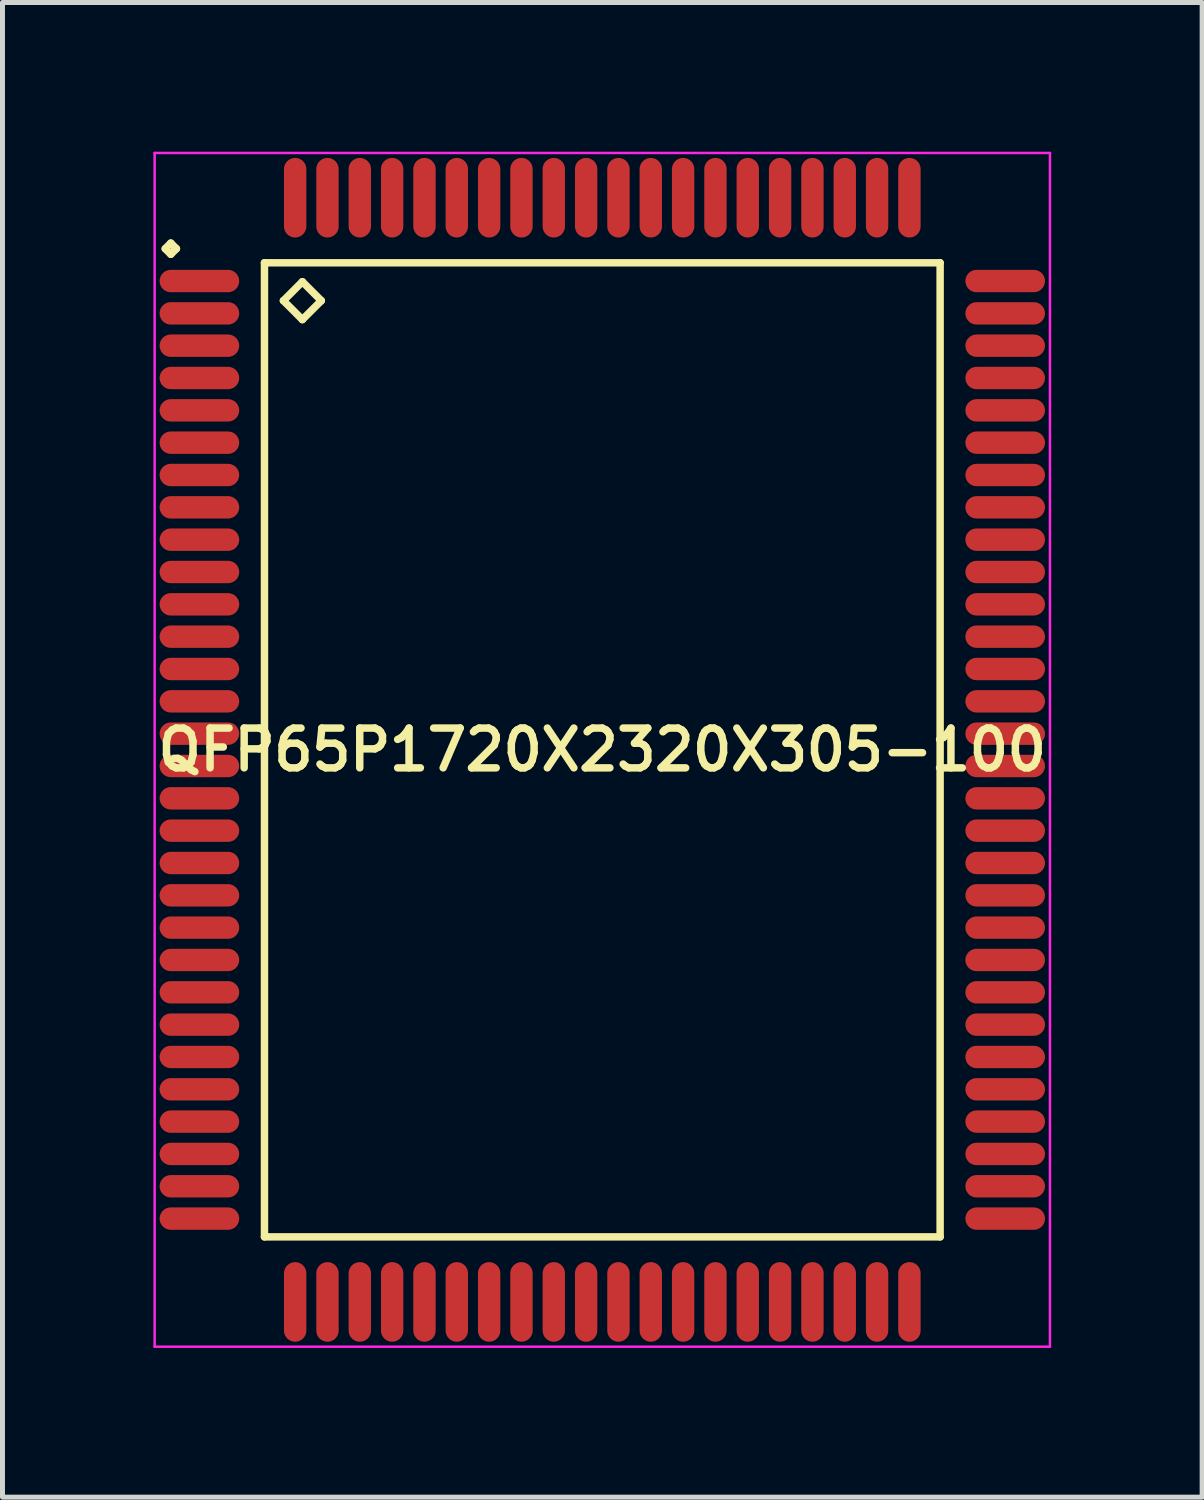
<source format=kicad_pcb>
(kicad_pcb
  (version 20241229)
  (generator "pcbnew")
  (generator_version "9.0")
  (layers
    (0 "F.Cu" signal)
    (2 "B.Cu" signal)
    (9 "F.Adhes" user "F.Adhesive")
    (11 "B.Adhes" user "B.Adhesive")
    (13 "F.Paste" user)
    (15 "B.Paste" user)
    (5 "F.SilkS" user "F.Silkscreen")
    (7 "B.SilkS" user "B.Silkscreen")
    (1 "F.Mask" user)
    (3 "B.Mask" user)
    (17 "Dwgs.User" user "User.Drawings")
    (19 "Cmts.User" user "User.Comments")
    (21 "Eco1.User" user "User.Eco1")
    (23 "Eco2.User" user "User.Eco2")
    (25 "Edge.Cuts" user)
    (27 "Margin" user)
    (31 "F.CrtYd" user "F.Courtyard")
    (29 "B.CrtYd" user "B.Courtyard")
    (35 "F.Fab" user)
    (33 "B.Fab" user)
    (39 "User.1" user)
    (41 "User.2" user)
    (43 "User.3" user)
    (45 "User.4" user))
  (footprint "QFP65P1720X2320X305-100"
    (layer "F.Cu")
    (at 9.059 12.025)
    (property "Reference" "QFP65P1720X2320X305-100" (at 0 0 0) (layer "F.SilkS") (effects (font (size 0.8 0.8) (thickness 0.15))))
    (attr smd)
    (fp_line (start -8.787 -10.075) (end -8.675 -10.188) (stroke (width 0.15) (type solid)) (layer "F.SilkS"))
    (fp_line (start -8.675 -10.188) (end -8.562 -10.075) (stroke (width 0.15) (type solid)) (layer "F.SilkS"))
    (fp_line (start -8.675 -9.963) (end -8.787 -10.075) (stroke (width 0.15) (type solid)) (layer "F.SilkS"))
    (fp_line (start -8.562 -10.075) (end -8.675 -9.963) (stroke (width 0.15) (type solid)) (layer "F.SilkS"))
    (fp_line (start -6.792 -9.792) (end -6.792 9.792) (stroke (width 0.15) (type solid)) (layer "F.SilkS"))
    (fp_line (start -6.792 9.792) (end 6.792 9.792) (stroke (width 0.15) (type solid)) (layer "F.SilkS"))
    (fp_line (start -6.411 -9.03) (end -6.03 -9.411) (stroke (width 0.15) (type solid)) (layer "F.SilkS"))
    (fp_line (start -6.03 -9.411) (end -5.649 -9.03) (stroke (width 0.15) (type solid)) (layer "F.SilkS"))
    (fp_line (start -6.03 -8.649) (end -6.411 -9.03) (stroke (width 0.15) (type solid)) (layer "F.SilkS"))
    (fp_line (start -5.649 -9.03) (end -6.03 -8.649) (stroke (width 0.15) (type solid)) (layer "F.SilkS"))
    (fp_line (start 6.792 -9.792) (end -6.792 -9.792) (stroke (width 0.15) (type solid)) (layer "F.SilkS"))
    (fp_line (start 6.792 9.792) (end 6.792 -9.792) (stroke (width 0.15) (type solid)) (layer "F.SilkS"))
    (fp_line (start -9 -12) (end 9 -12) (stroke (width 0.05) (type solid)) (layer "F.CrtYd"))
    (fp_line (start -9 12) (end -9 -12) (stroke (width 0.05) (type solid)) (layer "F.CrtYd"))
    (fp_line (start 9 -12) (end 9 12) (stroke (width 0.05) (type solid)) (layer "F.CrtYd"))
    (fp_line (start 9 12) (end -9 12) (stroke (width 0.05) (type solid)) (layer "F.CrtYd"))
    (pad "1" smd oval (at -8.1 -9.425) (size 1.6 0.45) (layers "F.Cu" "F.Mask" "F.Paste"))
    (pad "2" smd oval (at -8.1 -8.775) (size 1.6 0.45) (layers "F.Cu" "F.Mask" "F.Paste"))
    (pad "3" smd oval (at -8.1 -8.125) (size 1.6 0.45) (layers "F.Cu" "F.Mask" "F.Paste"))
    (pad "4" smd oval (at -8.1 -7.475) (size 1.6 0.45) (layers "F.Cu" "F.Mask" "F.Paste"))
    (pad "5" smd oval (at -8.1 -6.825) (size 1.6 0.45) (layers "F.Cu" "F.Mask" "F.Paste"))
    (pad "6" smd oval (at -8.1 -6.175) (size 1.6 0.45) (layers "F.Cu" "F.Mask" "F.Paste"))
    (pad "7" smd oval (at -8.1 -5.525) (size 1.6 0.45) (layers "F.Cu" "F.Mask" "F.Paste"))
    (pad "8" smd oval (at -8.1 -4.875) (size 1.6 0.45) (layers "F.Cu" "F.Mask" "F.Paste"))
    (pad "9" smd oval (at -8.1 -4.225) (size 1.6 0.45) (layers "F.Cu" "F.Mask" "F.Paste"))
    (pad "10" smd oval (at -8.1 -3.575) (size 1.6 0.45) (layers "F.Cu" "F.Mask" "F.Paste"))
    (pad "11" smd oval (at -8.1 -2.925) (size 1.6 0.45) (layers "F.Cu" "F.Mask" "F.Paste"))
    (pad "12" smd oval (at -8.1 -2.275) (size 1.6 0.45) (layers "F.Cu" "F.Mask" "F.Paste"))
    (pad "13" smd oval (at -8.1 -1.625) (size 1.6 0.45) (layers "F.Cu" "F.Mask" "F.Paste"))
    (pad "14" smd oval (at -8.1 -0.975) (size 1.6 0.45) (layers "F.Cu" "F.Mask" "F.Paste"))
    (pad "15" smd oval (at -8.1 -0.325) (size 1.6 0.45) (layers "F.Cu" "F.Mask" "F.Paste"))
    (pad "16" smd oval (at -8.1 0.325) (size 1.6 0.45) (layers "F.Cu" "F.Mask" "F.Paste"))
    (pad "17" smd oval (at -8.1 0.975) (size 1.6 0.45) (layers "F.Cu" "F.Mask" "F.Paste"))
    (pad "18" smd oval (at -8.1 1.625) (size 1.6 0.45) (layers "F.Cu" "F.Mask" "F.Paste"))
    (pad "19" smd oval (at -8.1 2.275) (size 1.6 0.45) (layers "F.Cu" "F.Mask" "F.Paste"))
    (pad "20" smd oval (at -8.1 2.925) (size 1.6 0.45) (layers "F.Cu" "F.Mask" "F.Paste"))
    (pad "21" smd oval (at -8.1 3.575) (size 1.6 0.45) (layers "F.Cu" "F.Mask" "F.Paste"))
    (pad "22" smd oval (at -8.1 4.225) (size 1.6 0.45) (layers "F.Cu" "F.Mask" "F.Paste"))
    (pad "23" smd oval (at -8.1 4.875) (size 1.6 0.45) (layers "F.Cu" "F.Mask" "F.Paste"))
    (pad "24" smd oval (at -8.1 5.525) (size 1.6 0.45) (layers "F.Cu" "F.Mask" "F.Paste"))
    (pad "25" smd oval (at -8.1 6.175) (size 1.6 0.45) (layers "F.Cu" "F.Mask" "F.Paste"))
    (pad "26" smd oval (at -8.1 6.825) (size 1.6 0.45) (layers "F.Cu" "F.Mask" "F.Paste"))
    (pad "27" smd oval (at -8.1 7.475) (size 1.6 0.45) (layers "F.Cu" "F.Mask" "F.Paste"))
    (pad "28" smd oval (at -8.1 8.125) (size 1.6 0.45) (layers "F.Cu" "F.Mask" "F.Paste"))
    (pad "29" smd oval (at -8.1 8.775) (size 1.6 0.45) (layers "F.Cu" "F.Mask" "F.Paste"))
    (pad "30" smd oval (at -8.1 9.425) (size 1.6 0.45) (layers "F.Cu" "F.Mask" "F.Paste"))
    (pad "31" smd oval (at -6.175 11.1) (size 0.45 1.6) (layers "F.Cu" "F.Mask" "F.Paste"))
    (pad "32" smd oval (at -5.525 11.1) (size 0.45 1.6) (layers "F.Cu" "F.Mask" "F.Paste"))
    (pad "33" smd oval (at -4.875 11.1) (size 0.45 1.6) (layers "F.Cu" "F.Mask" "F.Paste"))
    (pad "34" smd oval (at -4.225 11.1) (size 0.45 1.6) (layers "F.Cu" "F.Mask" "F.Paste"))
    (pad "35" smd oval (at -3.575 11.1) (size 0.45 1.6) (layers "F.Cu" "F.Mask" "F.Paste"))
    (pad "36" smd oval (at -2.925 11.1) (size 0.45 1.6) (layers "F.Cu" "F.Mask" "F.Paste"))
    (pad "37" smd oval (at -2.275 11.1) (size 0.45 1.6) (layers "F.Cu" "F.Mask" "F.Paste"))
    (pad "38" smd oval (at -1.625 11.1) (size 0.45 1.6) (layers "F.Cu" "F.Mask" "F.Paste"))
    (pad "39" smd oval (at -0.975 11.1) (size 0.45 1.6) (layers "F.Cu" "F.Mask" "F.Paste"))
    (pad "40" smd oval (at -0.325 11.1) (size 0.45 1.6) (layers "F.Cu" "F.Mask" "F.Paste"))
    (pad "41" smd oval (at 0.325 11.1) (size 0.45 1.6) (layers "F.Cu" "F.Mask" "F.Paste"))
    (pad "42" smd oval (at 0.975 11.1) (size 0.45 1.6) (layers "F.Cu" "F.Mask" "F.Paste"))
    (pad "43" smd oval (at 1.625 11.1) (size 0.45 1.6) (layers "F.Cu" "F.Mask" "F.Paste"))
    (pad "44" smd oval (at 2.275 11.1) (size 0.45 1.6) (layers "F.Cu" "F.Mask" "F.Paste"))
    (pad "45" smd oval (at 2.925 11.1) (size 0.45 1.6) (layers "F.Cu" "F.Mask" "F.Paste"))
    (pad "46" smd oval (at 3.575 11.1) (size 0.45 1.6) (layers "F.Cu" "F.Mask" "F.Paste"))
    (pad "47" smd oval (at 4.225 11.1) (size 0.45 1.6) (layers "F.Cu" "F.Mask" "F.Paste"))
    (pad "48" smd oval (at 4.875 11.1) (size 0.45 1.6) (layers "F.Cu" "F.Mask" "F.Paste"))
    (pad "49" smd oval (at 5.525 11.1) (size 0.45 1.6) (layers "F.Cu" "F.Mask" "F.Paste"))
    (pad "50" smd oval (at 6.175 11.1) (size 0.45 1.6) (layers "F.Cu" "F.Mask" "F.Paste"))
    (pad "51" smd oval (at 8.1 9.425) (size 1.6 0.45) (layers "F.Cu" "F.Mask" "F.Paste"))
    (pad "52" smd oval (at 8.1 8.775) (size 1.6 0.45) (layers "F.Cu" "F.Mask" "F.Paste"))
    (pad "53" smd oval (at 8.1 8.125) (size 1.6 0.45) (layers "F.Cu" "F.Mask" "F.Paste"))
    (pad "54" smd oval (at 8.1 7.475) (size 1.6 0.45) (layers "F.Cu" "F.Mask" "F.Paste"))
    (pad "55" smd oval (at 8.1 6.825) (size 1.6 0.45) (layers "F.Cu" "F.Mask" "F.Paste"))
    (pad "56" smd oval (at 8.1 6.175) (size 1.6 0.45) (layers "F.Cu" "F.Mask" "F.Paste"))
    (pad "57" smd oval (at 8.1 5.525) (size 1.6 0.45) (layers "F.Cu" "F.Mask" "F.Paste"))
    (pad "58" smd oval (at 8.1 4.875) (size 1.6 0.45) (layers "F.Cu" "F.Mask" "F.Paste"))
    (pad "59" smd oval (at 8.1 4.225) (size 1.6 0.45) (layers "F.Cu" "F.Mask" "F.Paste"))
    (pad "60" smd oval (at 8.1 3.575) (size 1.6 0.45) (layers "F.Cu" "F.Mask" "F.Paste"))
    (pad "61" smd oval (at 8.1 2.925) (size 1.6 0.45) (layers "F.Cu" "F.Mask" "F.Paste"))
    (pad "62" smd oval (at 8.1 2.275) (size 1.6 0.45) (layers "F.Cu" "F.Mask" "F.Paste"))
    (pad "63" smd oval (at 8.1 1.625) (size 1.6 0.45) (layers "F.Cu" "F.Mask" "F.Paste"))
    (pad "64" smd oval (at 8.1 0.975) (size 1.6 0.45) (layers "F.Cu" "F.Mask" "F.Paste"))
    (pad "65" smd oval (at 8.1 0.325) (size 1.6 0.45) (layers "F.Cu" "F.Mask" "F.Paste"))
    (pad "66" smd oval (at 8.1 -0.325) (size 1.6 0.45) (layers "F.Cu" "F.Mask" "F.Paste"))
    (pad "67" smd oval (at 8.1 -0.975) (size 1.6 0.45) (layers "F.Cu" "F.Mask" "F.Paste"))
    (pad "68" smd oval (at 8.1 -1.625) (size 1.6 0.45) (layers "F.Cu" "F.Mask" "F.Paste"))
    (pad "69" smd oval (at 8.1 -2.275) (size 1.6 0.45) (layers "F.Cu" "F.Mask" "F.Paste"))
    (pad "70" smd oval (at 8.1 -2.925) (size 1.6 0.45) (layers "F.Cu" "F.Mask" "F.Paste"))
    (pad "71" smd oval (at 8.1 -3.575) (size 1.6 0.45) (layers "F.Cu" "F.Mask" "F.Paste"))
    (pad "72" smd oval (at 8.1 -4.225) (size 1.6 0.45) (layers "F.Cu" "F.Mask" "F.Paste"))
    (pad "73" smd oval (at 8.1 -4.875) (size 1.6 0.45) (layers "F.Cu" "F.Mask" "F.Paste"))
    (pad "74" smd oval (at 8.1 -5.525) (size 1.6 0.45) (layers "F.Cu" "F.Mask" "F.Paste"))
    (pad "75" smd oval (at 8.1 -6.175) (size 1.6 0.45) (layers "F.Cu" "F.Mask" "F.Paste"))
    (pad "76" smd oval (at 8.1 -6.825) (size 1.6 0.45) (layers "F.Cu" "F.Mask" "F.Paste"))
    (pad "77" smd oval (at 8.1 -7.475) (size 1.6 0.45) (layers "F.Cu" "F.Mask" "F.Paste"))
    (pad "78" smd oval (at 8.1 -8.125) (size 1.6 0.45) (layers "F.Cu" "F.Mask" "F.Paste"))
    (pad "79" smd oval (at 8.1 -8.775) (size 1.6 0.45) (layers "F.Cu" "F.Mask" "F.Paste"))
    (pad "80" smd oval (at 8.1 -9.425) (size 1.6 0.45) (layers "F.Cu" "F.Mask" "F.Paste"))
    (pad "81" smd oval (at 6.175 -11.1) (size 0.45 1.6) (layers "F.Cu" "F.Mask" "F.Paste"))
    (pad "82" smd oval (at 5.525 -11.1) (size 0.45 1.6) (layers "F.Cu" "F.Mask" "F.Paste"))
    (pad "83" smd oval (at 4.875 -11.1) (size 0.45 1.6) (layers "F.Cu" "F.Mask" "F.Paste"))
    (pad "84" smd oval (at 4.225 -11.1) (size 0.45 1.6) (layers "F.Cu" "F.Mask" "F.Paste"))
    (pad "85" smd oval (at 3.575 -11.1) (size 0.45 1.6) (layers "F.Cu" "F.Mask" "F.Paste"))
    (pad "86" smd oval (at 2.925 -11.1) (size 0.45 1.6) (layers "F.Cu" "F.Mask" "F.Paste"))
    (pad "87" smd oval (at 2.275 -11.1) (size 0.45 1.6) (layers "F.Cu" "F.Mask" "F.Paste"))
    (pad "88" smd oval (at 1.625 -11.1) (size 0.45 1.6) (layers "F.Cu" "F.Mask" "F.Paste"))
    (pad "89" smd oval (at 0.975 -11.1) (size 0.45 1.6) (layers "F.Cu" "F.Mask" "F.Paste"))
    (pad "90" smd oval (at 0.325 -11.1) (size 0.45 1.6) (layers "F.Cu" "F.Mask" "F.Paste"))
    (pad "91" smd oval (at -0.325 -11.1) (size 0.45 1.6) (layers "F.Cu" "F.Mask" "F.Paste"))
    (pad "92" smd oval (at -0.975 -11.1) (size 0.45 1.6) (layers "F.Cu" "F.Mask" "F.Paste"))
    (pad "93" smd oval (at -1.625 -11.1) (size 0.45 1.6) (layers "F.Cu" "F.Mask" "F.Paste"))
    (pad "94" smd oval (at -2.275 -11.1) (size 0.45 1.6) (layers "F.Cu" "F.Mask" "F.Paste"))
    (pad "95" smd oval (at -2.925 -11.1) (size 0.45 1.6) (layers "F.Cu" "F.Mask" "F.Paste"))
    (pad "96" smd oval (at -3.575 -11.1) (size 0.45 1.6) (layers "F.Cu" "F.Mask" "F.Paste"))
    (pad "97" smd oval (at -4.225 -11.1) (size 0.45 1.6) (layers "F.Cu" "F.Mask" "F.Paste"))
    (pad "98" smd oval (at -4.875 -11.1) (size 0.45 1.6) (layers "F.Cu" "F.Mask" "F.Paste"))
    (pad "99" smd oval (at -5.525 -11.1) (size 0.45 1.6) (layers "F.Cu" "F.Mask" "F.Paste"))
    (pad "100" smd oval (at -6.175 -11.1) (size 0.45 1.6) (layers "F.Cu" "F.Mask" "F.Paste")))
  (gr_rect
    (start -3 -3)
    (end 21.119 27.05)
    (stroke (width 0.1) (type default))
    (fill no)
    (layer "Edge.Cuts")))
</source>
